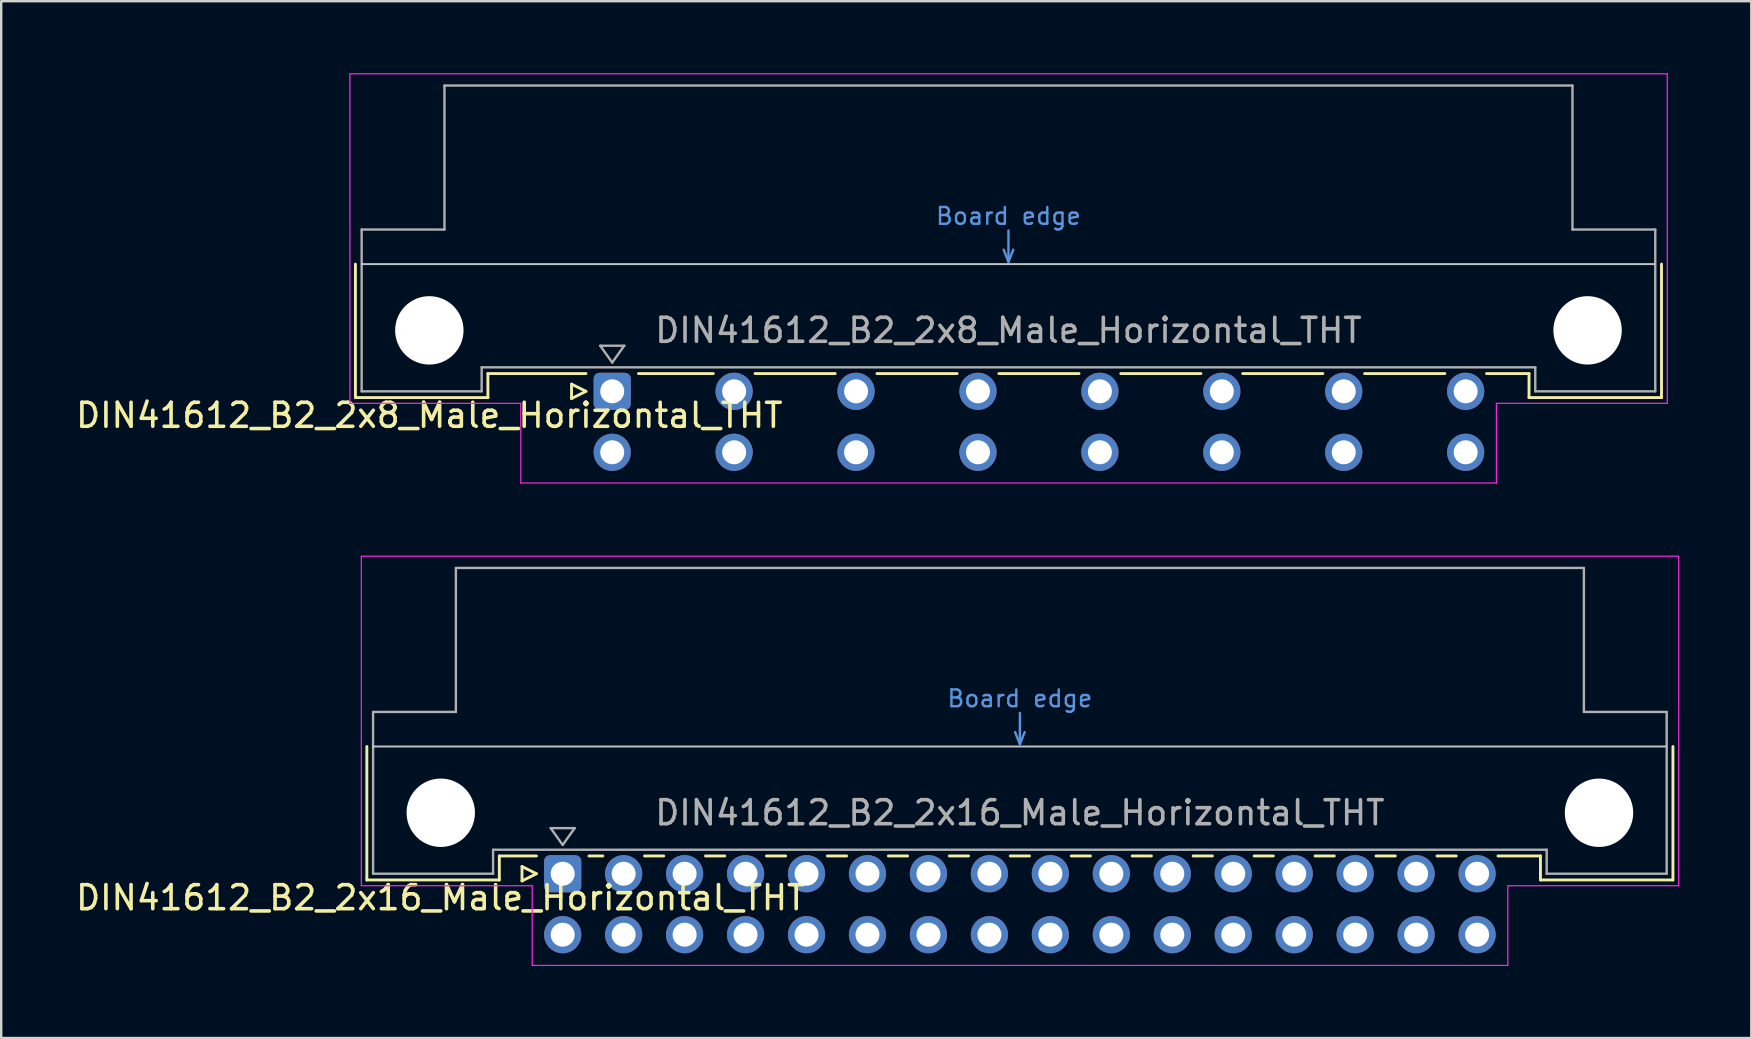
<source format=kicad_pcb>
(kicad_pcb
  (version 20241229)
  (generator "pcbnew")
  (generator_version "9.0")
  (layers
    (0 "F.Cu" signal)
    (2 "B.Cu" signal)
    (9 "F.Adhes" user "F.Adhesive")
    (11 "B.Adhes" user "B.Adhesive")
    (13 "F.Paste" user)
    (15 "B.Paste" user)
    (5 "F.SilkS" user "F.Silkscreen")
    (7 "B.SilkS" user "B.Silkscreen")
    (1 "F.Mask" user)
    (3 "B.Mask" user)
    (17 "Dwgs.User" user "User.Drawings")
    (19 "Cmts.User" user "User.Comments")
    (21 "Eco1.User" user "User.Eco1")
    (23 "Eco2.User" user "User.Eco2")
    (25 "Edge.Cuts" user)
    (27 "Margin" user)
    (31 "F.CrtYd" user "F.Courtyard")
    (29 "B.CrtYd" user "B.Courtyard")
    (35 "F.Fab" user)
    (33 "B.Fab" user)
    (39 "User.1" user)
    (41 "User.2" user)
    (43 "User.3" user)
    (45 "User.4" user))
  (footprint "DIN41612_B2_2x8_Male_Horizontal_THT"
    (layer "F.Cu")
    (at 19.919 13.255)
    (property "Reference" "DIN41612_B2_2x8_Male_Horizontal_THT" (at -5.08 1 0) (layer "F.SilkS") (effects (font (size 1 1) (thickness 0.15))))
    (attr through_hole)
    (fp_line (start -8.16 -5.3) (end -8.16 0.26) (stroke (width 0.12) (type solid)) (layer "F.SilkS"))
    (fp_line (start -8.16 0.26) (end -2.64 0.26) (stroke (width 0.12) (type solid)) (layer "F.SilkS"))
    (fp_line (start -2.64 -0.74) (end 1.445 -0.74) (stroke (width 0.12) (type solid)) (layer "F.SilkS"))
    (fp_line (start -2.64 0.26) (end -2.64 -0.74) (stroke (width 0.12) (type solid)) (layer "F.SilkS"))
    (fp_line (start 0.845 -0.3) (end 0.845 0.3) (stroke (width 0.12) (type solid)) (layer "F.SilkS"))
    (fp_line (start 0.845 0.3) (end 1.445 0) (stroke (width 0.12) (type solid)) (layer "F.SilkS"))
    (fp_line (start 1.445 0) (end 0.845 -0.3) (stroke (width 0.12) (type solid)) (layer "F.SilkS"))
    (fp_line (start 3.635 -0.74) (end 6.751 -0.74) (stroke (width 0.12) (type solid)) (layer "F.SilkS"))
    (fp_line (start 8.49 -0.74) (end 11.831 -0.74) (stroke (width 0.12) (type solid)) (layer "F.SilkS"))
    (fp_line (start 13.57 -0.74) (end 16.911 -0.74) (stroke (width 0.12) (type solid)) (layer "F.SilkS"))
    (fp_line (start 18.65 -0.74) (end 21.991 -0.74) (stroke (width 0.12) (type solid)) (layer "F.SilkS"))
    (fp_line (start 23.73 -0.74) (end 27.071 -0.74) (stroke (width 0.12) (type solid)) (layer "F.SilkS"))
    (fp_line (start 28.81 -0.74) (end 32.151 -0.74) (stroke (width 0.12) (type solid)) (layer "F.SilkS"))
    (fp_line (start 33.89 -0.74) (end 37.231 -0.74) (stroke (width 0.12) (type solid)) (layer "F.SilkS"))
    (fp_line (start 38.97 -0.74) (end 40.74 -0.74) (stroke (width 0.12) (type solid)) (layer "F.SilkS"))
    (fp_line (start 40.74 0.26) (end 40.74 -0.74) (stroke (width 0.12) (type solid)) (layer "F.SilkS"))
    (fp_line (start 46.26 -5.3) (end 46.26 0.26) (stroke (width 0.12) (type solid)) (layer "F.SilkS"))
    (fp_line (start 46.26 0.26) (end 40.74 0.26) (stroke (width 0.12) (type solid)) (layer "F.SilkS"))
    (fp_line (start -7.9 -5.3) (end 46 -5.3) (stroke (width 0.08) (type solid)) (layer "Dwgs.User"))
    (fp_line (start 18.85 -5.9) (end 19.05 -5.4) (stroke (width 0.1) (type solid)) (layer "Cmts.User"))
    (fp_line (start 19.05 -5.4) (end 19.05 -6.7) (stroke (width 0.1) (type solid)) (layer "Cmts.User"))
    (fp_line (start 19.05 -5.4) (end 19.25 -5.9) (stroke (width 0.1) (type solid)) (layer "Cmts.User"))
    (fp_line (start -8.39 -13.23) (end -8.39 0.5) (stroke (width 0.05) (type solid)) (layer "F.CrtYd"))
    (fp_line (start -8.39 0.5) (end -1.27 0.5) (stroke (width 0.05) (type solid)) (layer "F.CrtYd"))
    (fp_line (start -1.27 0.5) (end -1.27 3.82) (stroke (width 0.05) (type solid)) (layer "F.CrtYd"))
    (fp_line (start -1.27 3.82) (end 39.38 3.82) (stroke (width 0.05) (type solid)) (layer "F.CrtYd"))
    (fp_line (start 39.38 0.5) (end 46.5 0.5) (stroke (width 0.05) (type solid)) (layer "F.CrtYd"))
    (fp_line (start 39.38 3.82) (end 39.38 0.5) (stroke (width 0.05) (type solid)) (layer "F.CrtYd"))
    (fp_line (start 46.5 -13.23) (end -8.39 -13.23) (stroke (width 0.05) (type solid)) (layer "F.CrtYd"))
    (fp_line (start 46.5 0.5) (end 46.5 -13.23) (stroke (width 0.05) (type solid)) (layer "F.CrtYd"))
    (fp_line (start -7.9 -6.74) (end -7.9 0) (stroke (width 0.1) (type solid)) (layer "F.Fab"))
    (fp_line (start -7.9 0) (end -2.9 0) (stroke (width 0.1) (type solid)) (layer "F.Fab"))
    (fp_line (start -4.45 -12.74) (end -4.45 -6.74) (stroke (width 0.1) (type solid)) (layer "F.Fab"))
    (fp_line (start -4.45 -6.74) (end -7.9 -6.74) (stroke (width 0.1) (type solid)) (layer "F.Fab"))
    (fp_line (start -2.9 -1) (end 41 -1) (stroke (width 0.1) (type solid)) (layer "F.Fab"))
    (fp_line (start -2.9 0) (end -2.9 -1) (stroke (width 0.1) (type solid)) (layer "F.Fab"))
    (fp_line (start 2.04 -1.9) (end 3.04 -1.9) (stroke (width 0.1) (type solid)) (layer "F.Fab"))
    (fp_line (start 2.54 -1.2) (end 2.04 -1.9) (stroke (width 0.1) (type solid)) (layer "F.Fab"))
    (fp_line (start 3.04 -1.9) (end 2.54 -1.2) (stroke (width 0.1) (type solid)) (layer "F.Fab"))
    (fp_line (start 41 -1) (end 41 0) (stroke (width 0.1) (type solid)) (layer "F.Fab"))
    (fp_line (start 41 0) (end 46 0) (stroke (width 0.1) (type solid)) (layer "F.Fab"))
    (fp_line (start 42.55 -12.74) (end -4.45 -12.74) (stroke (width 0.1) (type solid)) (layer "F.Fab"))
    (fp_line (start 42.55 -6.74) (end 42.55 -12.74) (stroke (width 0.1) (type solid)) (layer "F.Fab"))
    (fp_line (start 46 -6.74) (end 42.55 -6.74) (stroke (width 0.1) (type solid)) (layer "F.Fab"))
    (fp_line (start 46 0) (end 46 -6.74) (stroke (width 0.1) (type solid)) (layer "F.Fab"))
    (fp_text user "Board edge" (at 19.05 -7.3 0) (layer "Cmts.User") (effects (font (size 0.7 0.7) (thickness 0.1))))
    (fp_text user "${REFERENCE}" (at 19.05 -2.54 0) (layer "F.Fab") (effects (font (size 1 1) (thickness 0.15))))
    (pad "" np_thru_hole circle (at -5.08 -2.54) (size 2.85 2.85) (drill 2.85) (layers "*.Cu" "*.Mask"))
    (pad "" np_thru_hole circle (at 43.18 -2.54) (size 2.85 2.85) (drill 2.85) (layers "*.Cu" "*.Mask"))
    (pad "a2" thru_hole roundrect (at 2.54 0) (size 1.55 1.55) (drill 1) (layers "*.Cu" "*.Mask") (roundrect_rratio 0.161))
    (pad "a4" thru_hole circle (at 7.62 0) (size 1.55 1.55) (drill 1) (layers "*.Cu" "*.Mask"))
    (pad "a6" thru_hole circle (at 12.7 0) (size 1.55 1.55) (drill 1) (layers "*.Cu" "*.Mask"))
    (pad "a8" thru_hole circle (at 17.78 0) (size 1.55 1.55) (drill 1) (layers "*.Cu" "*.Mask"))
    (pad "a10" thru_hole circle (at 22.86 0) (size 1.55 1.55) (drill 1) (layers "*.Cu" "*.Mask"))
    (pad "a12" thru_hole circle (at 27.94 0) (size 1.55 1.55) (drill 1) (layers "*.Cu" "*.Mask"))
    (pad "a14" thru_hole circle (at 33.02 0) (size 1.55 1.55) (drill 1) (layers "*.Cu" "*.Mask"))
    (pad "a16" thru_hole circle (at 38.1 0) (size 1.55 1.55) (drill 1) (layers "*.Cu" "*.Mask"))
    (pad "b2" thru_hole circle (at 2.54 2.54) (size 1.55 1.55) (drill 1) (layers "*.Cu" "*.Mask"))
    (pad "b4" thru_hole circle (at 7.62 2.54) (size 1.55 1.55) (drill 1) (layers "*.Cu" "*.Mask"))
    (pad "b6" thru_hole circle (at 12.7 2.54) (size 1.55 1.55) (drill 1) (layers "*.Cu" "*.Mask"))
    (pad "b8" thru_hole circle (at 17.78 2.54) (size 1.55 1.55) (drill 1) (layers "*.Cu" "*.Mask"))
    (pad "b10" thru_hole circle (at 22.86 2.54) (size 1.55 1.55) (drill 1) (layers "*.Cu" "*.Mask"))
    (pad "b12" thru_hole circle (at 27.94 2.54) (size 1.55 1.55) (drill 1) (layers "*.Cu" "*.Mask"))
    (pad "b14" thru_hole circle (at 33.02 2.54) (size 1.55 1.55) (drill 1) (layers "*.Cu" "*.Mask"))
    (pad "b16" thru_hole circle (at 38.1 2.54) (size 1.55 1.55) (drill 1) (layers "*.Cu" "*.Mask")))
  (footprint "DIN41612_B2_2x16_Male_Horizontal_THT"
    (layer "F.Cu")
    (at 20.395 33.355)
    (property "Reference" "DIN41612_B2_2x16_Male_Horizontal_THT" (at -5.08 1 0) (layer "F.SilkS") (effects (font (size 1 1) (thickness 0.15))))
    (attr through_hole)
    (fp_line (start -8.16 -5.3) (end -8.16 0.26) (stroke (width 0.12) (type solid)) (layer "F.SilkS"))
    (fp_line (start -8.16 0.26) (end -2.64 0.26) (stroke (width 0.12) (type solid)) (layer "F.SilkS"))
    (fp_line (start -2.64 -0.74) (end -1.095 -0.74) (stroke (width 0.12) (type solid)) (layer "F.SilkS"))
    (fp_line (start -2.64 0.26) (end -2.64 -0.74) (stroke (width 0.12) (type solid)) (layer "F.SilkS"))
    (fp_line (start -1.695 -0.3) (end -1.695 0.3) (stroke (width 0.12) (type solid)) (layer "F.SilkS"))
    (fp_line (start -1.695 0.3) (end -1.095 0) (stroke (width 0.12) (type solid)) (layer "F.SilkS"))
    (fp_line (start -1.095 0) (end -1.695 -0.3) (stroke (width 0.12) (type solid)) (layer "F.SilkS"))
    (fp_line (start 1.095 -0.74) (end 1.671 -0.74) (stroke (width 0.12) (type solid)) (layer "F.SilkS"))
    (fp_line (start 3.41 -0.74) (end 4.211 -0.74) (stroke (width 0.12) (type solid)) (layer "F.SilkS"))
    (fp_line (start 5.95 -0.74) (end 6.751 -0.74) (stroke (width 0.12) (type solid)) (layer "F.SilkS"))
    (fp_line (start 8.49 -0.74) (end 9.291 -0.74) (stroke (width 0.12) (type solid)) (layer "F.SilkS"))
    (fp_line (start 11.03 -0.74) (end 11.831 -0.74) (stroke (width 0.12) (type solid)) (layer "F.SilkS"))
    (fp_line (start 13.57 -0.74) (end 14.371 -0.74) (stroke (width 0.12) (type solid)) (layer "F.SilkS"))
    (fp_line (start 16.11 -0.74) (end 16.911 -0.74) (stroke (width 0.12) (type solid)) (layer "F.SilkS"))
    (fp_line (start 18.65 -0.74) (end 19.451 -0.74) (stroke (width 0.12) (type solid)) (layer "F.SilkS"))
    (fp_line (start 21.19 -0.74) (end 21.991 -0.74) (stroke (width 0.12) (type solid)) (layer "F.SilkS"))
    (fp_line (start 23.73 -0.74) (end 24.531 -0.74) (stroke (width 0.12) (type solid)) (layer "F.SilkS"))
    (fp_line (start 26.27 -0.74) (end 27.071 -0.74) (stroke (width 0.12) (type solid)) (layer "F.SilkS"))
    (fp_line (start 28.81 -0.74) (end 29.611 -0.74) (stroke (width 0.12) (type solid)) (layer "F.SilkS"))
    (fp_line (start 31.35 -0.74) (end 32.151 -0.74) (stroke (width 0.12) (type solid)) (layer "F.SilkS"))
    (fp_line (start 33.89 -0.74) (end 34.691 -0.74) (stroke (width 0.12) (type solid)) (layer "F.SilkS"))
    (fp_line (start 36.43 -0.74) (end 37.231 -0.74) (stroke (width 0.12) (type solid)) (layer "F.SilkS"))
    (fp_line (start 38.97 -0.74) (end 40.74 -0.74) (stroke (width 0.12) (type solid)) (layer "F.SilkS"))
    (fp_line (start 40.74 0.26) (end 40.74 -0.74) (stroke (width 0.12) (type solid)) (layer "F.SilkS"))
    (fp_line (start 46.26 -5.3) (end 46.26 0.26) (stroke (width 0.12) (type solid)) (layer "F.SilkS"))
    (fp_line (start 46.26 0.26) (end 40.74 0.26) (stroke (width 0.12) (type solid)) (layer "F.SilkS"))
    (fp_line (start -7.9 -5.3) (end 46 -5.3) (stroke (width 0.08) (type solid)) (layer "Dwgs.User"))
    (fp_line (start 18.85 -5.9) (end 19.05 -5.4) (stroke (width 0.1) (type solid)) (layer "Cmts.User"))
    (fp_line (start 19.05 -5.4) (end 19.05 -6.7) (stroke (width 0.1) (type solid)) (layer "Cmts.User"))
    (fp_line (start 19.05 -5.4) (end 19.25 -5.9) (stroke (width 0.1) (type solid)) (layer "Cmts.User"))
    (fp_line (start -8.39 -13.23) (end -8.39 0.5) (stroke (width 0.05) (type solid)) (layer "F.CrtYd"))
    (fp_line (start -8.39 0.5) (end -1.27 0.5) (stroke (width 0.05) (type solid)) (layer "F.CrtYd"))
    (fp_line (start -1.27 0.5) (end -1.27 3.82) (stroke (width 0.05) (type solid)) (layer "F.CrtYd"))
    (fp_line (start -1.27 3.82) (end 39.38 3.82) (stroke (width 0.05) (type solid)) (layer "F.CrtYd"))
    (fp_line (start 39.38 0.5) (end 46.5 0.5) (stroke (width 0.05) (type solid)) (layer "F.CrtYd"))
    (fp_line (start 39.38 3.82) (end 39.38 0.5) (stroke (width 0.05) (type solid)) (layer "F.CrtYd"))
    (fp_line (start 46.5 -13.23) (end -8.39 -13.23) (stroke (width 0.05) (type solid)) (layer "F.CrtYd"))
    (fp_line (start 46.5 0.5) (end 46.5 -13.23) (stroke (width 0.05) (type solid)) (layer "F.CrtYd"))
    (fp_line (start -7.9 -6.74) (end -7.9 0) (stroke (width 0.1) (type solid)) (layer "F.Fab"))
    (fp_line (start -7.9 0) (end -2.9 0) (stroke (width 0.1) (type solid)) (layer "F.Fab"))
    (fp_line (start -4.45 -12.74) (end -4.45 -6.74) (stroke (width 0.1) (type solid)) (layer "F.Fab"))
    (fp_line (start -4.45 -6.74) (end -7.9 -6.74) (stroke (width 0.1) (type solid)) (layer "F.Fab"))
    (fp_line (start -2.9 -1) (end 41 -1) (stroke (width 0.1) (type solid)) (layer "F.Fab"))
    (fp_line (start -2.9 0) (end -2.9 -1) (stroke (width 0.1) (type solid)) (layer "F.Fab"))
    (fp_line (start -0.5 -1.9) (end 0.5 -1.9) (stroke (width 0.1) (type solid)) (layer "F.Fab"))
    (fp_line (start 0 -1.2) (end -0.5 -1.9) (stroke (width 0.1) (type solid)) (layer "F.Fab"))
    (fp_line (start 0.5 -1.9) (end 0 -1.2) (stroke (width 0.1) (type solid)) (layer "F.Fab"))
    (fp_line (start 41 -1) (end 41 0) (stroke (width 0.1) (type solid)) (layer "F.Fab"))
    (fp_line (start 41 0) (end 46 0) (stroke (width 0.1) (type solid)) (layer "F.Fab"))
    (fp_line (start 42.55 -12.74) (end -4.45 -12.74) (stroke (width 0.1) (type solid)) (layer "F.Fab"))
    (fp_line (start 42.55 -6.74) (end 42.55 -12.74) (stroke (width 0.1) (type solid)) (layer "F.Fab"))
    (fp_line (start 46 -6.74) (end 42.55 -6.74) (stroke (width 0.1) (type solid)) (layer "F.Fab"))
    (fp_line (start 46 0) (end 46 -6.74) (stroke (width 0.1) (type solid)) (layer "F.Fab"))
    (fp_text user "Board edge" (at 19.05 -7.3 0) (layer "Cmts.User") (effects (font (size 0.7 0.7) (thickness 0.1))))
    (fp_text user "${REFERENCE}" (at 19.05 -2.54 0) (layer "F.Fab") (effects (font (size 1 1) (thickness 0.15))))
    (pad "" np_thru_hole circle (at -5.08 -2.54) (size 2.85 2.85) (drill 2.85) (layers "*.Cu" "*.Mask"))
    (pad "" np_thru_hole circle (at 43.18 -2.54) (size 2.85 2.85) (drill 2.85) (layers "*.Cu" "*.Mask"))
    (pad "a1" thru_hole roundrect (at 0 0) (size 1.55 1.55) (drill 1) (layers "*.Cu" "*.Mask") (roundrect_rratio 0.161))
    (pad "a2" thru_hole circle (at 2.54 0) (size 1.55 1.55) (drill 1) (layers "*.Cu" "*.Mask"))
    (pad "a3" thru_hole circle (at 5.08 0) (size 1.55 1.55) (drill 1) (layers "*.Cu" "*.Mask"))
    (pad "a4" thru_hole circle (at 7.62 0) (size 1.55 1.55) (drill 1) (layers "*.Cu" "*.Mask"))
    (pad "a5" thru_hole circle (at 10.16 0) (size 1.55 1.55) (drill 1) (layers "*.Cu" "*.Mask"))
    (pad "a6" thru_hole circle (at 12.7 0) (size 1.55 1.55) (drill 1) (layers "*.Cu" "*.Mask"))
    (pad "a7" thru_hole circle (at 15.24 0) (size 1.55 1.55) (drill 1) (layers "*.Cu" "*.Mask"))
    (pad "a8" thru_hole circle (at 17.78 0) (size 1.55 1.55) (drill 1) (layers "*.Cu" "*.Mask"))
    (pad "a9" thru_hole circle (at 20.32 0) (size 1.55 1.55) (drill 1) (layers "*.Cu" "*.Mask"))
    (pad "a10" thru_hole circle (at 22.86 0) (size 1.55 1.55) (drill 1) (layers "*.Cu" "*.Mask"))
    (pad "a11" thru_hole circle (at 25.4 0) (size 1.55 1.55) (drill 1) (layers "*.Cu" "*.Mask"))
    (pad "a12" thru_hole circle (at 27.94 0) (size 1.55 1.55) (drill 1) (layers "*.Cu" "*.Mask"))
    (pad "a13" thru_hole circle (at 30.48 0) (size 1.55 1.55) (drill 1) (layers "*.Cu" "*.Mask"))
    (pad "a14" thru_hole circle (at 33.02 0) (size 1.55 1.55) (drill 1) (layers "*.Cu" "*.Mask"))
    (pad "a15" thru_hole circle (at 35.56 0) (size 1.55 1.55) (drill 1) (layers "*.Cu" "*.Mask"))
    (pad "a16" thru_hole circle (at 38.1 0) (size 1.55 1.55) (drill 1) (layers "*.Cu" "*.Mask"))
    (pad "b1" thru_hole circle (at 0 2.54) (size 1.55 1.55) (drill 1) (layers "*.Cu" "*.Mask"))
    (pad "b2" thru_hole circle (at 2.54 2.54) (size 1.55 1.55) (drill 1) (layers "*.Cu" "*.Mask"))
    (pad "b3" thru_hole circle (at 5.08 2.54) (size 1.55 1.55) (drill 1) (layers "*.Cu" "*.Mask"))
    (pad "b4" thru_hole circle (at 7.62 2.54) (size 1.55 1.55) (drill 1) (layers "*.Cu" "*.Mask"))
    (pad "b5" thru_hole circle (at 10.16 2.54) (size 1.55 1.55) (drill 1) (layers "*.Cu" "*.Mask"))
    (pad "b6" thru_hole circle (at 12.7 2.54) (size 1.55 1.55) (drill 1) (layers "*.Cu" "*.Mask"))
    (pad "b7" thru_hole circle (at 15.24 2.54) (size 1.55 1.55) (drill 1) (layers "*.Cu" "*.Mask"))
    (pad "b8" thru_hole circle (at 17.78 2.54) (size 1.55 1.55) (drill 1) (layers "*.Cu" "*.Mask"))
    (pad "b9" thru_hole circle (at 20.32 2.54) (size 1.55 1.55) (drill 1) (layers "*.Cu" "*.Mask"))
    (pad "b10" thru_hole circle (at 22.86 2.54) (size 1.55 1.55) (drill 1) (layers "*.Cu" "*.Mask"))
    (pad "b11" thru_hole circle (at 25.4 2.54) (size 1.55 1.55) (drill 1) (layers "*.Cu" "*.Mask"))
    (pad "b12" thru_hole circle (at 27.94 2.54) (size 1.55 1.55) (drill 1) (layers "*.Cu" "*.Mask"))
    (pad "b13" thru_hole circle (at 30.48 2.54) (size 1.55 1.55) (drill 1) (layers "*.Cu" "*.Mask"))
    (pad "b14" thru_hole circle (at 33.02 2.54) (size 1.55 1.55) (drill 1) (layers "*.Cu" "*.Mask"))
    (pad "b15" thru_hole circle (at 35.56 2.54) (size 1.55 1.55) (drill 1) (layers "*.Cu" "*.Mask"))
    (pad "b16" thru_hole circle (at 38.1 2.54) (size 1.55 1.55) (drill 1) (layers "*.Cu" "*.Mask")))
  (gr_rect
    (start -3 -3)
    (end 69.92 40.2)
    (stroke (width 0.1) (type default))
    (fill no)
    (layer "Edge.Cuts")))
</source>
